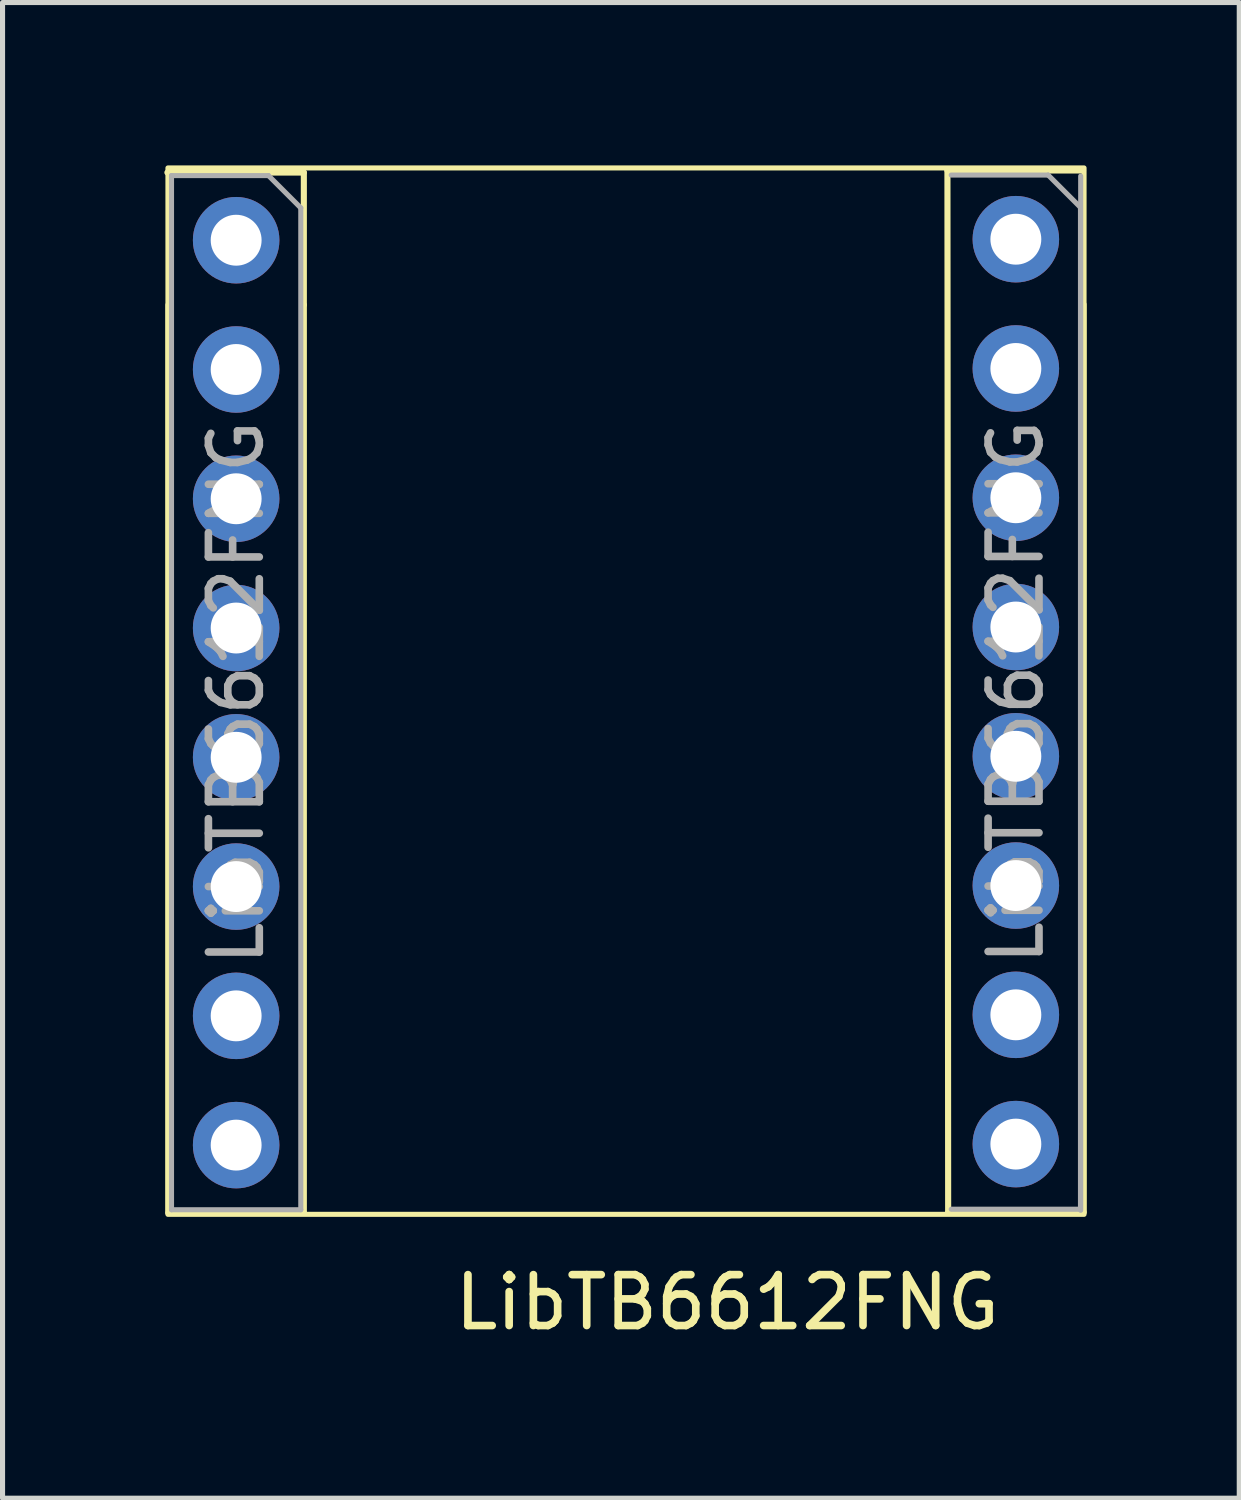
<source format=kicad_pcb>
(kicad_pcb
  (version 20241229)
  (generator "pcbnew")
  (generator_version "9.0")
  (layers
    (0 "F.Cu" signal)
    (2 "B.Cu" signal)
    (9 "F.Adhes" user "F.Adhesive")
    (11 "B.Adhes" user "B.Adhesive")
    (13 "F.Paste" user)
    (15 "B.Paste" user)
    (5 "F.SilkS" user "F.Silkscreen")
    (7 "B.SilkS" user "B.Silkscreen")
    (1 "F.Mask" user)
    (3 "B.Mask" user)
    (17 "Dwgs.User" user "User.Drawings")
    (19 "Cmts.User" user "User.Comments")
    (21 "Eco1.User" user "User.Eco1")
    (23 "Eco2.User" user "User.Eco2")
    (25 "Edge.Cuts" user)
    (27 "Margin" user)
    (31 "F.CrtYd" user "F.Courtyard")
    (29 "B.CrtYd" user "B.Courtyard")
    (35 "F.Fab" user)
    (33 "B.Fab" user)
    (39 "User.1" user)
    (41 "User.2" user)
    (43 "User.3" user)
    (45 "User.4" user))
  (footprint "LibTB6612FNG"
    (layer "F.Cu")
    (at 0.25 0.25)
    (property "Reference" "LibTB6612FNG" (at 10.99 22.29 0) (unlocked yes) (layer "F.SilkS") (effects (font (size 1 1) (thickness 0.15))))
    (attr through_hole)
    (fp_line (start -0.011 0.09) (end 2.67 0.09) (stroke (width 0.12) (type solid)) (layer "F.SilkS"))
    (fp_line (start 0.01 2.69) (end 0.01 20.53) (stroke (width 0.12) (type solid)) (layer "F.SilkS"))
    (fp_line (start 0.01 20.53) (end 2.67 20.53) (stroke (width 0.12) (type solid)) (layer "F.SilkS"))
    (fp_line (start 2.67 0.09) (end 2.67 2.69) (stroke (width 0.12) (type solid)) (layer "F.SilkS"))
    (fp_line (start 2.67 2.69) (end 2.67 20.53) (stroke (width 0.12) (type solid)) (layer "F.SilkS"))
    (fp_line (start 15.316 0.05) (end 15.33 20.52) (stroke (width 0.12) (type solid)) (layer "F.SilkS"))
    (fp_line (start 15.316 0.05) (end 17.98 0.05) (stroke (width 0.12) (type solid)) (layer "F.SilkS"))
    (fp_line (start 15.33 20.52) (end 17.99 20.52) (stroke (width 0.12) (type solid)) (layer "F.SilkS"))
    (fp_line (start 17.99 2.68) (end 17.99 20.52) (stroke (width 0.12) (type solid)) (layer "F.SilkS"))
    (fp_rect (start 0 0) (end 18 20.56) (stroke (width 0.1) (type default)) (fill no) (layer "F.SilkS"))
    (fp_line (start 0.07 0.15) (end 1.975 0.15) (stroke (width 0.1) (type solid)) (layer "F.Fab"))
    (fp_line (start 0.07 20.47) (end 0.07 0.15) (stroke (width 0.1) (type solid)) (layer "F.Fab"))
    (fp_line (start 1.975 0.15) (end 2.61 0.785) (stroke (width 0.1) (type solid)) (layer "F.Fab"))
    (fp_line (start 2.61 0.785) (end 2.61 20.47) (stroke (width 0.1) (type solid)) (layer "F.Fab"))
    (fp_line (start 2.61 20.47) (end 0.07 20.47) (stroke (width 0.1) (type solid)) (layer "F.Fab"))
    (fp_line (start 15.39 0.14) (end 17.295 0.14) (stroke (width 0.1) (type solid)) (layer "F.Fab"))
    (fp_line (start 17.295 0.14) (end 17.93 0.775) (stroke (width 0.1) (type solid)) (layer "F.Fab"))
    (fp_line (start 17.93 0.775) (end 17.93 20.46) (stroke (width 0.1) (type solid)) (layer "F.Fab"))
    (fp_line (start 17.93 20.46) (end 15.39 20.46) (stroke (width 0.1) (type solid)) (layer "F.Fab"))
    (fp_line (start 17.934 20.48) (end 17.934 0.16) (stroke (width 0.1) (type solid)) (layer "F.Fab"))
    (fp_text user "${REFERENCE}" (at 16.66 10.3 90) (layer "F.Fab") (effects (font (size 1 1) (thickness 0.15))))
    (fp_text user "${REFERENCE}" (at 1.34 10.31 90) (layer "F.Fab") (effects (font (size 1 1) (thickness 0.15))))
    (pad "1" thru_hole circle (at 1.34 1.42) (size 1.7 1.7) (drill 1) (layers "*.Cu" "*.Mask"))
    (pad "2" thru_hole oval (at 1.34 3.96) (size 1.7 1.7) (drill 1) (layers "*.Cu" "*.Mask"))
    (pad "3" thru_hole oval (at 1.34 6.5) (size 1.7 1.7) (drill 1) (layers "*.Cu" "*.Mask"))
    (pad "4" thru_hole oval (at 1.34 9.04) (size 1.7 1.7) (drill 1) (layers "*.Cu" "*.Mask"))
    (pad "5" thru_hole oval (at 1.34 11.58) (size 1.7 1.7) (drill 1) (layers "*.Cu" "*.Mask"))
    (pad "6" thru_hole oval (at 1.34 14.12) (size 1.7 1.7) (drill 1) (layers "*.Cu" "*.Mask"))
    (pad "7" thru_hole oval (at 1.34 16.66) (size 1.7 1.7) (drill 1) (layers "*.Cu" "*.Mask"))
    (pad "8" thru_hole oval (at 1.34 19.2) (size 1.7 1.7) (drill 1) (layers "*.Cu" "*.Mask"))
    (pad "9" thru_hole circle (at 16.66 1.4) (size 1.7 1.7) (drill 1) (layers "*.Cu" "*.Mask"))
    (pad "10" thru_hole oval (at 16.66 3.94) (size 1.7 1.7) (drill 1) (layers "*.Cu" "*.Mask"))
    (pad "11" thru_hole oval (at 16.66 6.48) (size 1.7 1.7) (drill 1) (layers "*.Cu" "*.Mask"))
    (pad "12" thru_hole oval (at 16.66 9.02) (size 1.7 1.7) (drill 1) (layers "*.Cu" "*.Mask"))
    (pad "13" thru_hole oval (at 16.66 11.56) (size 1.7 1.7) (drill 1) (layers "*.Cu" "*.Mask"))
    (pad "14" thru_hole oval (at 16.66 14.1) (size 1.7 1.7) (drill 1) (layers "*.Cu" "*.Mask"))
    (pad "15" thru_hole oval (at 16.66 16.64) (size 1.7 1.7) (drill 1) (layers "*.Cu" "*.Mask"))
    (pad "16" thru_hole oval (at 16.66 19.18) (size 1.7 1.7) (drill 1) (layers "*.Cu" "*.Mask")))
  (gr_rect
    (start -3 -3)
    (end 21.3 26.388)
    (stroke (width 0.1) (type default))
    (fill no)
    (layer "Edge.Cuts")))
</source>
